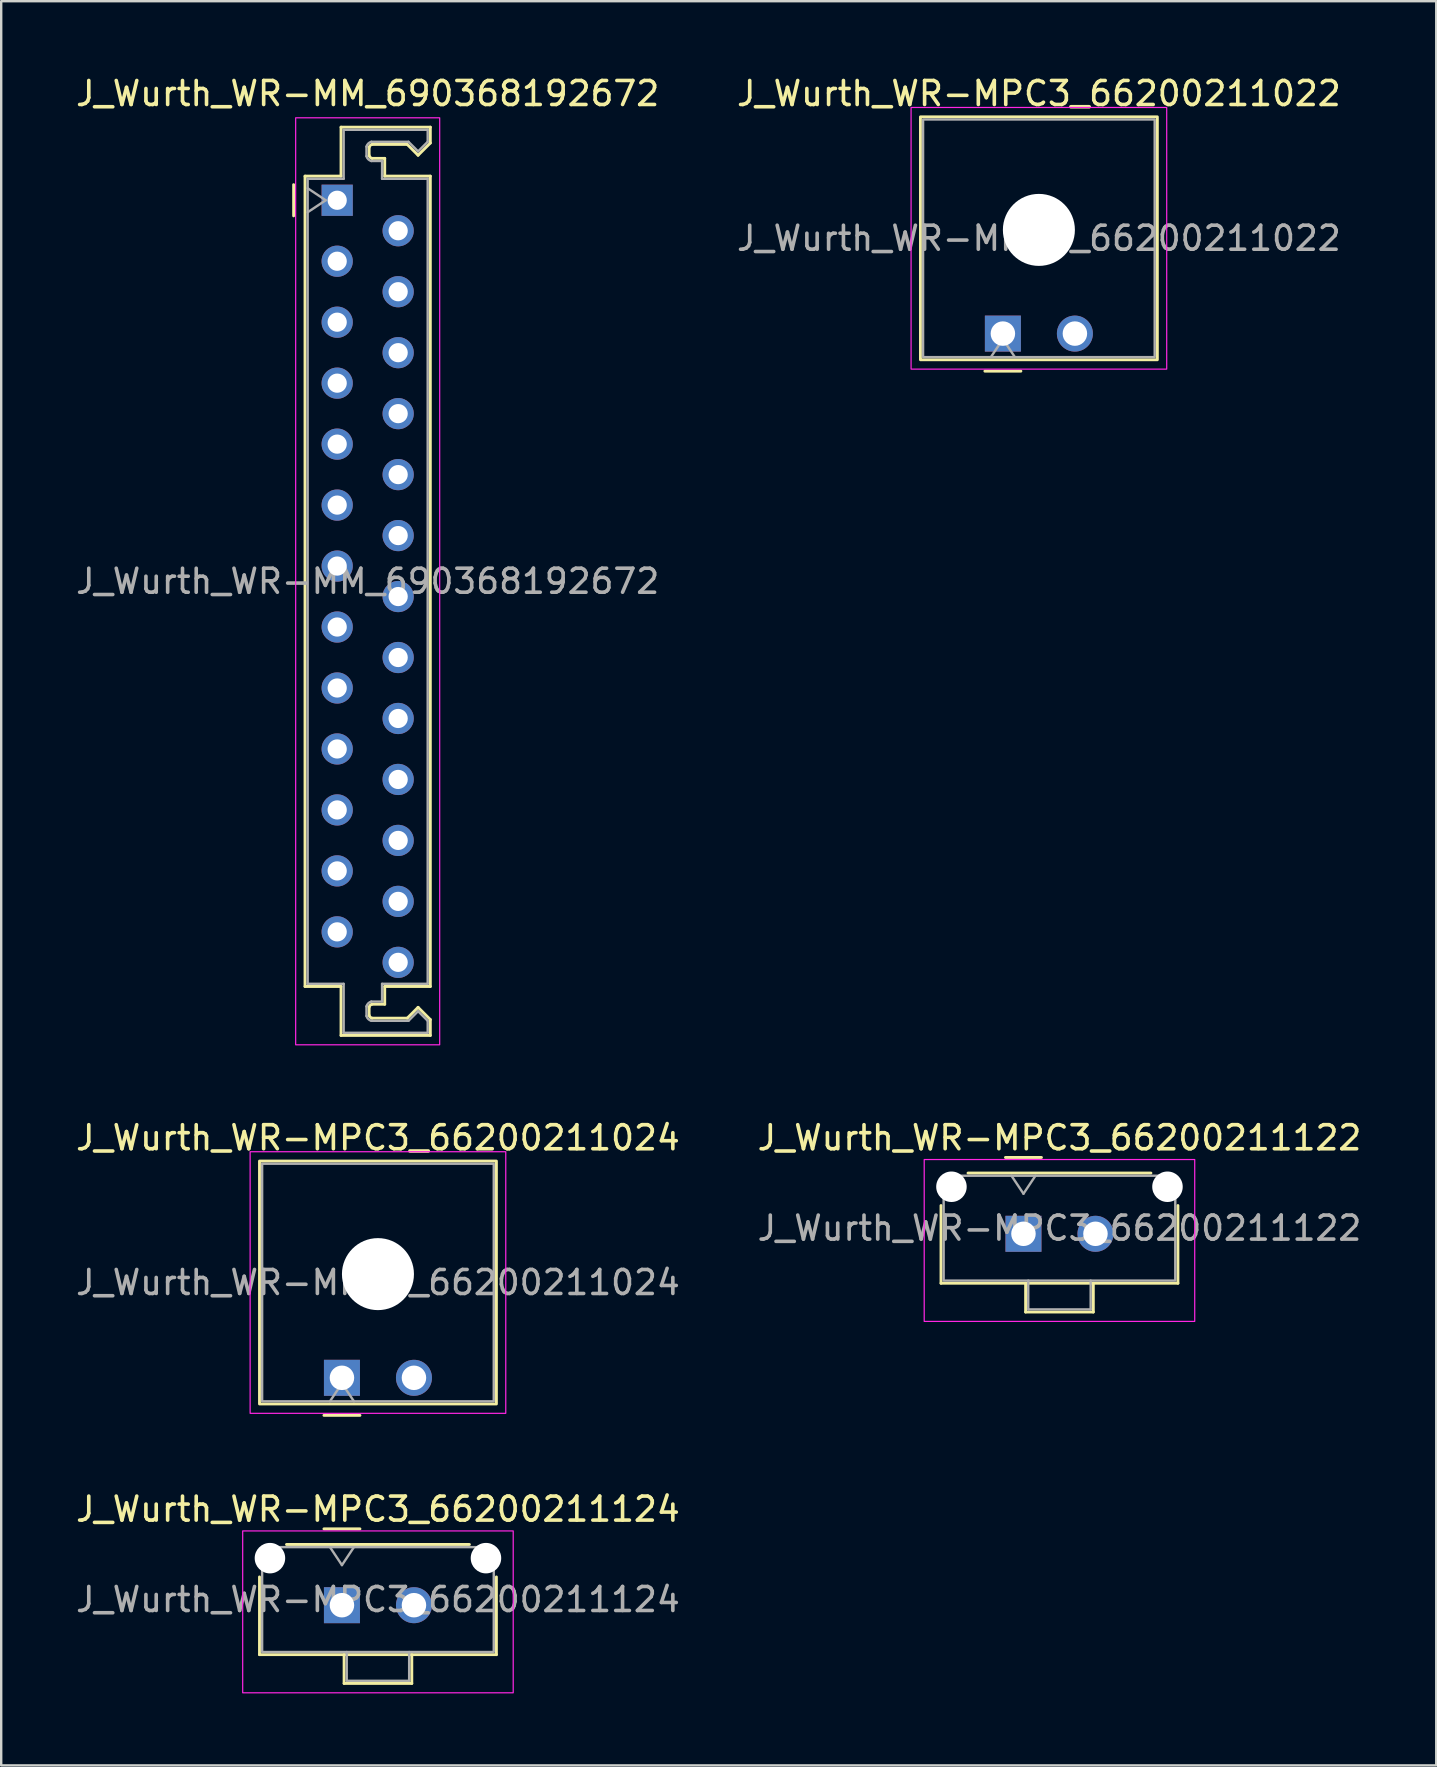
<source format=kicad_pcb>
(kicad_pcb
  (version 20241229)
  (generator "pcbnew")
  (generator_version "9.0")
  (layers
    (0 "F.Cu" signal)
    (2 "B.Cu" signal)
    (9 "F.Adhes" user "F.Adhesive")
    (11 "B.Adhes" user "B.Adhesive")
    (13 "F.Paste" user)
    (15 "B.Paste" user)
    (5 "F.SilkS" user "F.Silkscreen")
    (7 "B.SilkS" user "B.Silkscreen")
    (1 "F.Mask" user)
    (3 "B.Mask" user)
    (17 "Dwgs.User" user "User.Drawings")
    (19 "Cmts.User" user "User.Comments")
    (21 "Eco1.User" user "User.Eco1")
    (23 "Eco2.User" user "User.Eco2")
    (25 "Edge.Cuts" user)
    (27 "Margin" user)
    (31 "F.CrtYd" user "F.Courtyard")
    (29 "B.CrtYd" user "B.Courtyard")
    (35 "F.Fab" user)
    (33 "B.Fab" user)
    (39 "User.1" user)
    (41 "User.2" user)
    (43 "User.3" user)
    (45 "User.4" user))
  (footprint "J_Wurth_WR-MPC3_66200211024"
    (layer "F.Cu")
    (at 11.196 54.352)
    (property "Reference" "J_Wurth_WR-MPC3_66200211024" (at 1.5 -10 0) (unlocked yes) (layer "F.SilkS") (effects (font (size 1 1) (thickness 0.15))))
    (attr through_hole)
    (fp_line (start -0.75 1.565) (end 0.75 1.565) (stroke (width 0.12) (type solid)) (layer "F.SilkS"))
    (fp_rect (start -3.435 -9.03) (end 6.435 1.09) (stroke (width 0.12) (type default)) (fill no) (layer "F.SilkS"))
    (fp_rect (start -3.825 -9.42) (end 6.825 1.48) (stroke (width 0.05) (type default)) (fill no) (layer "F.CrtYd"))
    (fp_line (start 0 0.23) (end -0.5 0.98) (stroke (width 0.1) (type solid)) (layer "F.Fab"))
    (fp_line (start 0 0.23) (end 0.5 0.98) (stroke (width 0.1) (type solid)) (layer "F.Fab"))
    (fp_rect (start -3.325 -8.92) (end 6.325 0.98) (stroke (width 0.1) (type solid)) (fill no) (layer "F.Fab"))
    (fp_text user "${REFERENCE}" (at 1.5 -3.97 0) (unlocked yes) (layer "F.Fab") (effects (font (size 1 1) (thickness 0.15))))
    (pad "" np_thru_hole circle (at 1.5 -4.32 180) (size 3 3) (drill 3) (layers "*.Cu" "*.Mask"))
    (pad "1" thru_hole rect (at 0 0 180) (size 1.5 1.5) (drill 1.02) (layers "*.Cu" "*.Mask"))
    (pad "2" thru_hole circle (at 3 0 180) (size 1.5 1.5) (drill 1.02) (layers "*.Cu" "*.Mask")))
  (footprint "J_Wurth_WR-MPC3_66200211122"
    (layer "F.Cu")
    (at 39.589 48.352)
    (property "Reference" "J_Wurth_WR-MPC3_66200211122" (at 1.5 -4 0) (unlocked yes) (layer "F.SilkS") (effects (font (size 1 1) (thickness 0.15))))
    (attr through_hole)
    (fp_line (start -3.435 2.06) (end -3.435 -1.178) (stroke (width 0.12) (type default)) (layer "F.SilkS"))
    (fp_line (start -2.31 -2.53) (end 5.31 -2.53) (stroke (width 0.12) (type solid)) (layer "F.SilkS"))
    (fp_line (start 0.09 2.06) (end 0.09 3.26) (stroke (width 0.12) (type default)) (layer "F.SilkS"))
    (fp_line (start 0.09 3.26) (end 2.91 3.26) (stroke (width 0.12) (type default)) (layer "F.SilkS"))
    (fp_line (start 0.75 -3.18) (end -0.75 -3.18) (stroke (width 0.12) (type solid)) (layer "F.SilkS"))
    (fp_line (start 2.91 3.26) (end 2.91 2.06) (stroke (width 0.12) (type default)) (layer "F.SilkS"))
    (fp_line (start 6.435 -1.178) (end 6.435 2.06) (stroke (width 0.12) (type solid)) (layer "F.SilkS"))
    (fp_line (start 6.435 2.06) (end -3.435 2.06) (stroke (width 0.12) (type default)) (layer "F.SilkS"))
    (fp_rect (start -4.135 -3.095) (end 7.135 3.65) (stroke (width 0.05) (type solid)) (fill no) (layer "F.CrtYd"))
    (fp_line (start 0 -1.67) (end -0.5 -2.42) (stroke (width 0.1) (type solid)) (layer "F.Fab"))
    (fp_line (start 0 -1.67) (end 0.5 -2.42) (stroke (width 0.1) (type solid)) (layer "F.Fab"))
    (fp_line (start 0.2 1.95) (end 0.2 3.15) (stroke (width 0.1) (type solid)) (layer "F.Fab"))
    (fp_line (start 0.2 3.15) (end 2.8 3.15) (stroke (width 0.1) (type solid)) (layer "F.Fab"))
    (fp_line (start 2.8 1.95) (end 2.8 3.15) (stroke (width 0.1) (type solid)) (layer "F.Fab"))
    (fp_rect (start -3.325 -2.42) (end 6.325 1.95) (stroke (width 0.1) (type solid)) (fill no) (layer "F.Fab"))
    (fp_text user "${REFERENCE}" (at 1.5 -0.235 0) (unlocked yes) (layer "F.Fab") (effects (font (size 1 1) (thickness 0.15))))
    (pad "" np_thru_hole circle (at -3 -1.96 180) (size 1.27 1.27) (drill 1.27) (layers "*.Cu" "*.Mask"))
    (pad "" np_thru_hole circle (at 6 -1.96 180) (size 1.27 1.27) (drill 1.27) (layers "*.Cu" "*.Mask"))
    (pad "1" thru_hole rect (at 0 0 180) (size 1.5 1.5) (drill 1.02) (layers "*.Cu" "*.Mask"))
    (pad "2" thru_hole circle (at 3 0 180) (size 1.5 1.5) (drill 1.02) (layers "*.Cu" "*.Mask")))
  (footprint "J_Wurth_WR-MM_690368192672"
    (layer "F.Cu")
    (at 10.998 5.293)
    (property "Reference" "J_Wurth_WR-MM_690368192672" (at 1.27 -4.445 0) (unlocked yes) (layer "F.SilkS") (effects (font (size 1 1) (thickness 0.15))))
    (attr through_hole)
    (fp_line (start -1.815 0.65) (end -1.815 -0.65) (stroke (width 0.12) (type solid)) (layer "F.SilkS"))
    (fp_line (start -1.34 -1.005) (end 0.16 -1.005) (stroke (width 0.12) (type solid)) (layer "F.SilkS"))
    (fp_line (start -1.34 32.755) (end -1.34 -1.005) (stroke (width 0.12) (type solid)) (layer "F.SilkS"))
    (fp_line (start -1.34 32.755) (end 0.16 32.755) (stroke (width 0.12) (type solid)) (layer "F.SilkS"))
    (fp_line (start 0.16 -3.045) (end 3.88 -3.045) (stroke (width 0.12) (type solid)) (layer "F.SilkS"))
    (fp_line (start 0.16 -1.005) (end 0.16 -3.045) (stroke (width 0.12) (type solid)) (layer "F.SilkS"))
    (fp_line (start 0.16 32.755) (end 0.16 34.795) (stroke (width 0.12) (type solid)) (layer "F.SilkS"))
    (fp_line (start 0.16 34.795) (end 3.88 34.795) (stroke (width 0.12) (type solid)) (layer "F.SilkS"))
    (fp_line (start 1.33 -2.205) (end 1.33 -1.865) (stroke (width 0.12) (type solid)) (layer "F.SilkS"))
    (fp_line (start 1.33 33.956) (end 1.33 33.614) (stroke (width 0.12) (type solid)) (layer "F.SilkS"))
    (fp_line (start 1.45 -2.325) (end 2.92 -2.325) (stroke (width 0.12) (type solid)) (layer "F.SilkS"))
    (fp_line (start 1.45 34.075) (end 2.92 34.075) (stroke (width 0.12) (type solid)) (layer "F.SilkS"))
    (fp_line (start 1.98 -1.745) (end 1.45 -1.745) (stroke (width 0.12) (type solid)) (layer "F.SilkS"))
    (fp_line (start 1.98 -1.005) (end 1.98 -1.745) (stroke (width 0.12) (type solid)) (layer "F.SilkS"))
    (fp_line (start 1.98 32.755) (end 1.98 33.495) (stroke (width 0.12) (type solid)) (layer "F.SilkS"))
    (fp_line (start 1.98 33.495) (end 1.45 33.495) (stroke (width 0.12) (type solid)) (layer "F.SilkS"))
    (fp_line (start 2.92 -2.325) (end 3.37 -1.875) (stroke (width 0.12) (type solid)) (layer "F.SilkS"))
    (fp_line (start 2.92 34.075) (end 3.37 33.625) (stroke (width 0.12) (type solid)) (layer "F.SilkS"))
    (fp_line (start 3.88 -3.045) (end 3.88 -2.385) (stroke (width 0.12) (type solid)) (layer "F.SilkS"))
    (fp_line (start 3.88 -2.385) (end 3.37 -1.875) (stroke (width 0.12) (type solid)) (layer "F.SilkS"))
    (fp_line (start 3.88 -1.005) (end 1.98 -1.005) (stroke (width 0.12) (type solid)) (layer "F.SilkS"))
    (fp_line (start 3.88 32.755) (end 1.98 32.755) (stroke (width 0.12) (type solid)) (layer "F.SilkS"))
    (fp_line (start 3.88 32.755) (end 3.88 -1.005) (stroke (width 0.12) (type solid)) (layer "F.SilkS"))
    (fp_line (start 3.88 34.135) (end 3.37 33.625) (stroke (width 0.12) (type solid)) (layer "F.SilkS"))
    (fp_line (start 3.88 34.795) (end 3.88 34.135) (stroke (width 0.12) (type solid)) (layer "F.SilkS"))
    (fp_arc (start 1.330001 -2.2055) (mid 1.373741 -2.28126) (end 1.4495 -2.325) (stroke (width 0.12) (type solid)) (layer "F.SilkS"))
    (fp_arc (start 1.330002 33.614501) (mid 1.373741 33.538741) (end 1.4495 33.495001) (stroke (width 0.12) (type solid)) (layer "F.SilkS"))
    (fp_arc (start 1.4495 -1.745001) (mid 1.373741 -1.788741) (end 1.330002 -1.864501) (stroke (width 0.12) (type solid)) (layer "F.SilkS"))
    (fp_arc (start 1.4495 34.075) (mid 1.373741 34.03126) (end 1.330001 33.9555) (stroke (width 0.12) (type solid)) (layer "F.SilkS"))
    (fp_rect (start -1.73 -3.435) (end 4.27 35.185) (stroke (width 0.05) (type solid)) (fill no) (layer "F.CrtYd"))
    (fp_line (start -1.23 -0.895) (end 0.27 -0.895) (stroke (width 0.1) (type solid)) (layer "F.Fab"))
    (fp_line (start -1.23 32.645) (end -1.23 -0.895) (stroke (width 0.1) (type solid)) (layer "F.Fab"))
    (fp_line (start -1.23 32.645) (end 0.27 32.645) (stroke (width 0.1) (type solid)) (layer "F.Fab"))
    (fp_line (start -0.48 0) (end -1.23 -0.5) (stroke (width 0.1) (type solid)) (layer "F.Fab"))
    (fp_line (start -0.48 0) (end -1.23 0.5) (stroke (width 0.1) (type solid)) (layer "F.Fab"))
    (fp_line (start 0.27 -2.935) (end 3.77 -2.935) (stroke (width 0.1) (type solid)) (layer "F.Fab"))
    (fp_line (start 0.27 -0.895) (end 0.27 -2.935) (stroke (width 0.1) (type solid)) (layer "F.Fab"))
    (fp_line (start 0.27 34.685) (end 0.27 32.645) (stroke (width 0.1) (type solid)) (layer "F.Fab"))
    (fp_line (start 0.27 34.685) (end 3.77 34.685) (stroke (width 0.1) (type solid)) (layer "F.Fab"))
    (fp_line (start 1.22 -2.235) (end 1.22 -1.835) (stroke (width 0.1) (type solid)) (layer "F.Fab"))
    (fp_line (start 1.22 33.985) (end 1.22 33.585) (stroke (width 0.1) (type solid)) (layer "F.Fab"))
    (fp_line (start 1.42 -1.635) (end 1.87 -1.635) (stroke (width 0.1) (type solid)) (layer "F.Fab"))
    (fp_line (start 1.42 33.385) (end 1.87 33.385) (stroke (width 0.1) (type solid)) (layer "F.Fab"))
    (fp_line (start 1.87 -1.635) (end 1.87 -0.895) (stroke (width 0.1) (type solid)) (layer "F.Fab"))
    (fp_line (start 1.87 -0.895) (end 3.77 -0.895) (stroke (width 0.1) (type solid)) (layer "F.Fab"))
    (fp_line (start 1.87 32.645) (end 3.77 32.645) (stroke (width 0.1) (type solid)) (layer "F.Fab"))
    (fp_line (start 1.87 33.385) (end 1.87 32.645) (stroke (width 0.1) (type solid)) (layer "F.Fab"))
    (fp_line (start 2.97 -2.435) (end 1.42 -2.435) (stroke (width 0.1) (type solid)) (layer "F.Fab"))
    (fp_line (start 2.97 34.185) (end 1.42 34.185) (stroke (width 0.1) (type solid)) (layer "F.Fab"))
    (fp_line (start 3.37 -2.035) (end 2.97 -2.435) (stroke (width 0.1) (type solid)) (layer "F.Fab"))
    (fp_line (start 3.37 33.785) (end 2.97 34.185) (stroke (width 0.1) (type solid)) (layer "F.Fab"))
    (fp_line (start 3.77 -2.435) (end 3.37 -2.035) (stroke (width 0.1) (type solid)) (layer "F.Fab"))
    (fp_line (start 3.77 -2.435) (end 3.77 -2.935) (stroke (width 0.1) (type solid)) (layer "F.Fab"))
    (fp_line (start 3.77 32.645) (end 3.77 -0.895) (stroke (width 0.1) (type solid)) (layer "F.Fab"))
    (fp_line (start 3.77 34.185) (end 3.37 33.785) (stroke (width 0.1) (type solid)) (layer "F.Fab"))
    (fp_line (start 3.77 34.685) (end 3.77 34.185) (stroke (width 0.1) (type solid)) (layer "F.Fab"))
    (fp_arc (start 1.22 -2.235) (mid 1.293204 -2.361796) (end 1.419999 -2.435002) (stroke (width 0.1) (type default)) (layer "F.Fab"))
    (fp_arc (start 1.22 33.585) (mid 1.293205 33.458205) (end 1.42 33.385) (stroke (width 0.1) (type default)) (layer "F.Fab"))
    (fp_arc (start 1.42 -1.635) (mid 1.293204 -1.708204) (end 1.219998 -1.834998) (stroke (width 0.1) (type default)) (layer "F.Fab"))
    (fp_arc (start 1.42 34.185) (mid 1.293205 34.111795) (end 1.22 33.985) (stroke (width 0.1) (type default)) (layer "F.Fab"))
    (fp_text user "${REFERENCE}" (at 1.27 15.875 0) (unlocked yes) (layer "F.Fab") (effects (font (size 1 1) (thickness 0.15))))
    (pad "1" thru_hole rect (at 0 0 90) (size 1.3 1.3) (drill 0.8) (layers "*.Cu" "*.Mask"))
    (pad "2" thru_hole circle (at 2.54 1.27 90) (size 1.3 1.3) (drill 0.8) (layers "*.Cu" "*.Mask"))
    (pad "3" thru_hole circle (at 0 2.54 90) (size 1.3 1.3) (drill 0.8) (layers "*.Cu" "*.Mask"))
    (pad "4" thru_hole circle (at 2.54 3.81 90) (size 1.3 1.3) (drill 0.8) (layers "*.Cu" "*.Mask"))
    (pad "5" thru_hole circle (at 0 5.08 90) (size 1.3 1.3) (drill 0.8) (layers "*.Cu" "*.Mask"))
    (pad "6" thru_hole circle (at 2.54 6.35 90) (size 1.3 1.3) (drill 0.8) (layers "*.Cu" "*.Mask"))
    (pad "7" thru_hole circle (at 0 7.62 90) (size 1.3 1.3) (drill 0.8) (layers "*.Cu" "*.Mask"))
    (pad "8" thru_hole circle (at 2.54 8.89 90) (size 1.3 1.3) (drill 0.8) (layers "*.Cu" "*.Mask"))
    (pad "9" thru_hole circle (at 0 10.16 90) (size 1.3 1.3) (drill 0.8) (layers "*.Cu" "*.Mask"))
    (pad "10" thru_hole circle (at 2.54 11.43 90) (size 1.3 1.3) (drill 0.8) (layers "*.Cu" "*.Mask"))
    (pad "11" thru_hole circle (at 0 12.7 90) (size 1.3 1.3) (drill 0.8) (layers "*.Cu" "*.Mask"))
    (pad "12" thru_hole circle (at 2.54 13.97 90) (size 1.3 1.3) (drill 0.8) (layers "*.Cu" "*.Mask"))
    (pad "13" thru_hole circle (at 0 15.24 90) (size 1.3 1.3) (drill 0.8) (layers "*.Cu" "*.Mask"))
    (pad "14" thru_hole circle (at 2.54 16.51 90) (size 1.3 1.3) (drill 0.8) (layers "*.Cu" "*.Mask"))
    (pad "15" thru_hole circle (at 0 17.78 90) (size 1.3 1.3) (drill 0.8) (layers "*.Cu" "*.Mask"))
    (pad "16" thru_hole circle (at 2.54 19.05 90) (size 1.3 1.3) (drill 0.8) (layers "*.Cu" "*.Mask"))
    (pad "17" thru_hole circle (at 0 20.32 90) (size 1.3 1.3) (drill 0.8) (layers "*.Cu" "*.Mask"))
    (pad "18" thru_hole circle (at 2.54 21.59 90) (size 1.3 1.3) (drill 0.8) (layers "*.Cu" "*.Mask"))
    (pad "19" thru_hole circle (at 0 22.86 90) (size 1.3 1.3) (drill 0.8) (layers "*.Cu" "*.Mask"))
    (pad "20" thru_hole circle (at 2.54 24.13 90) (size 1.3 1.3) (drill 0.8) (layers "*.Cu" "*.Mask"))
    (pad "21" thru_hole circle (at 0 25.4 90) (size 1.3 1.3) (drill 0.8) (layers "*.Cu" "*.Mask"))
    (pad "22" thru_hole circle (at 2.54 26.67 90) (size 1.3 1.3) (drill 0.8) (layers "*.Cu" "*.Mask"))
    (pad "23" thru_hole circle (at 0 27.94 90) (size 1.3 1.3) (drill 0.8) (layers "*.Cu" "*.Mask"))
    (pad "24" thru_hole circle (at 2.54 29.21 90) (size 1.3 1.3) (drill 0.8) (layers "*.Cu" "*.Mask"))
    (pad "25" thru_hole circle (at 0 30.48 90) (size 1.3 1.3) (drill 0.8) (layers "*.Cu" "*.Mask"))
    (pad "26" thru_hole circle (at 2.54 31.75 90) (size 1.3 1.3) (drill 0.8) (layers "*.Cu" "*.Mask")))
  (footprint "J_Wurth_WR-MPC3_66200211022"
    (layer "F.Cu")
    (at 38.732 10.848)
    (property "Reference" "J_Wurth_WR-MPC3_66200211022" (at 1.5 -10 0) (unlocked yes) (layer "F.SilkS") (effects (font (size 1 1) (thickness 0.15))))
    (attr through_hole)
    (fp_line (start -0.75 1.565) (end 0.75 1.565) (stroke (width 0.12) (type solid)) (layer "F.SilkS"))
    (fp_rect (start -3.435 -9.03) (end 6.435 1.09) (stroke (width 0.12) (type default)) (fill no) (layer "F.SilkS"))
    (fp_rect (start -3.825 -9.42) (end 6.825 1.48) (stroke (width 0.05) (type default)) (fill no) (layer "F.CrtYd"))
    (fp_line (start 0 0.23) (end -0.5 0.98) (stroke (width 0.1) (type solid)) (layer "F.Fab"))
    (fp_line (start 0 0.23) (end 0.5 0.98) (stroke (width 0.1) (type solid)) (layer "F.Fab"))
    (fp_rect (start -3.325 -8.92) (end 6.325 0.98) (stroke (width 0.1) (type solid)) (fill no) (layer "F.Fab"))
    (fp_text user "${REFERENCE}" (at 1.5 -3.97 0) (unlocked yes) (layer "F.Fab") (effects (font (size 1 1) (thickness 0.15))))
    (pad "" np_thru_hole circle (at 1.5 -4.32 180) (size 3 3) (drill 3) (layers "*.Cu" "*.Mask"))
    (pad "1" thru_hole rect (at 0 0 180) (size 1.5 1.5) (drill 1.02) (layers "*.Cu" "*.Mask"))
    (pad "2" thru_hole circle (at 3 0 180) (size 1.5 1.5) (drill 1.02) (layers "*.Cu" "*.Mask")))
  (footprint "J_Wurth_WR-MPC3_66200211124"
    (layer "F.Cu")
    (at 11.196 63.825)
    (property "Reference" "J_Wurth_WR-MPC3_66200211124" (at 1.5 -4 0) (unlocked yes) (layer "F.SilkS") (effects (font (size 1 1) (thickness 0.15))))
    (attr through_hole)
    (fp_line (start -3.435 2.06) (end -3.435 -1.178) (stroke (width 0.12) (type default)) (layer "F.SilkS"))
    (fp_line (start -2.31 -2.53) (end 5.31 -2.53) (stroke (width 0.12) (type solid)) (layer "F.SilkS"))
    (fp_line (start 0.09 2.06) (end 0.09 3.26) (stroke (width 0.12) (type default)) (layer "F.SilkS"))
    (fp_line (start 0.09 3.26) (end 2.91 3.26) (stroke (width 0.12) (type default)) (layer "F.SilkS"))
    (fp_line (start 0.75 -3.18) (end -0.75 -3.18) (stroke (width 0.12) (type solid)) (layer "F.SilkS"))
    (fp_line (start 2.91 3.26) (end 2.91 2.06) (stroke (width 0.12) (type default)) (layer "F.SilkS"))
    (fp_line (start 6.435 -1.178) (end 6.435 2.06) (stroke (width 0.12) (type solid)) (layer "F.SilkS"))
    (fp_line (start 6.435 2.06) (end -3.435 2.06) (stroke (width 0.12) (type default)) (layer "F.SilkS"))
    (fp_rect (start -4.135 -3.095) (end 7.135 3.65) (stroke (width 0.05) (type solid)) (fill no) (layer "F.CrtYd"))
    (fp_line (start 0 -1.67) (end -0.5 -2.42) (stroke (width 0.1) (type solid)) (layer "F.Fab"))
    (fp_line (start 0 -1.67) (end 0.5 -2.42) (stroke (width 0.1) (type solid)) (layer "F.Fab"))
    (fp_line (start 0.2 1.95) (end 0.2 3.15) (stroke (width 0.1) (type solid)) (layer "F.Fab"))
    (fp_line (start 0.2 3.15) (end 2.8 3.15) (stroke (width 0.1) (type solid)) (layer "F.Fab"))
    (fp_line (start 2.8 1.95) (end 2.8 3.15) (stroke (width 0.1) (type solid)) (layer "F.Fab"))
    (fp_rect (start -3.325 -2.42) (end 6.325 1.95) (stroke (width 0.1) (type solid)) (fill no) (layer "F.Fab"))
    (fp_text user "${REFERENCE}" (at 1.5 -0.235 0) (unlocked yes) (layer "F.Fab") (effects (font (size 1 1) (thickness 0.15))))
    (pad "" np_thru_hole circle (at -3 -1.96 180) (size 1.27 1.27) (drill 1.27) (layers "*.Cu" "*.Mask"))
    (pad "" np_thru_hole circle (at 6 -1.96 180) (size 1.27 1.27) (drill 1.27) (layers "*.Cu" "*.Mask"))
    (pad "1" thru_hole rect (at 0 0 180) (size 1.5 1.5) (drill 1.02) (layers "*.Cu" "*.Mask"))
    (pad "2" thru_hole circle (at 3 0 180) (size 1.5 1.5) (drill 1.02) (layers "*.Cu" "*.Mask")))
  (gr_rect
    (start -3 -3)
    (end 56.786 70.5)
    (stroke (width 0.1) (type default))
    (fill no)
    (layer "Edge.Cuts")))
</source>
